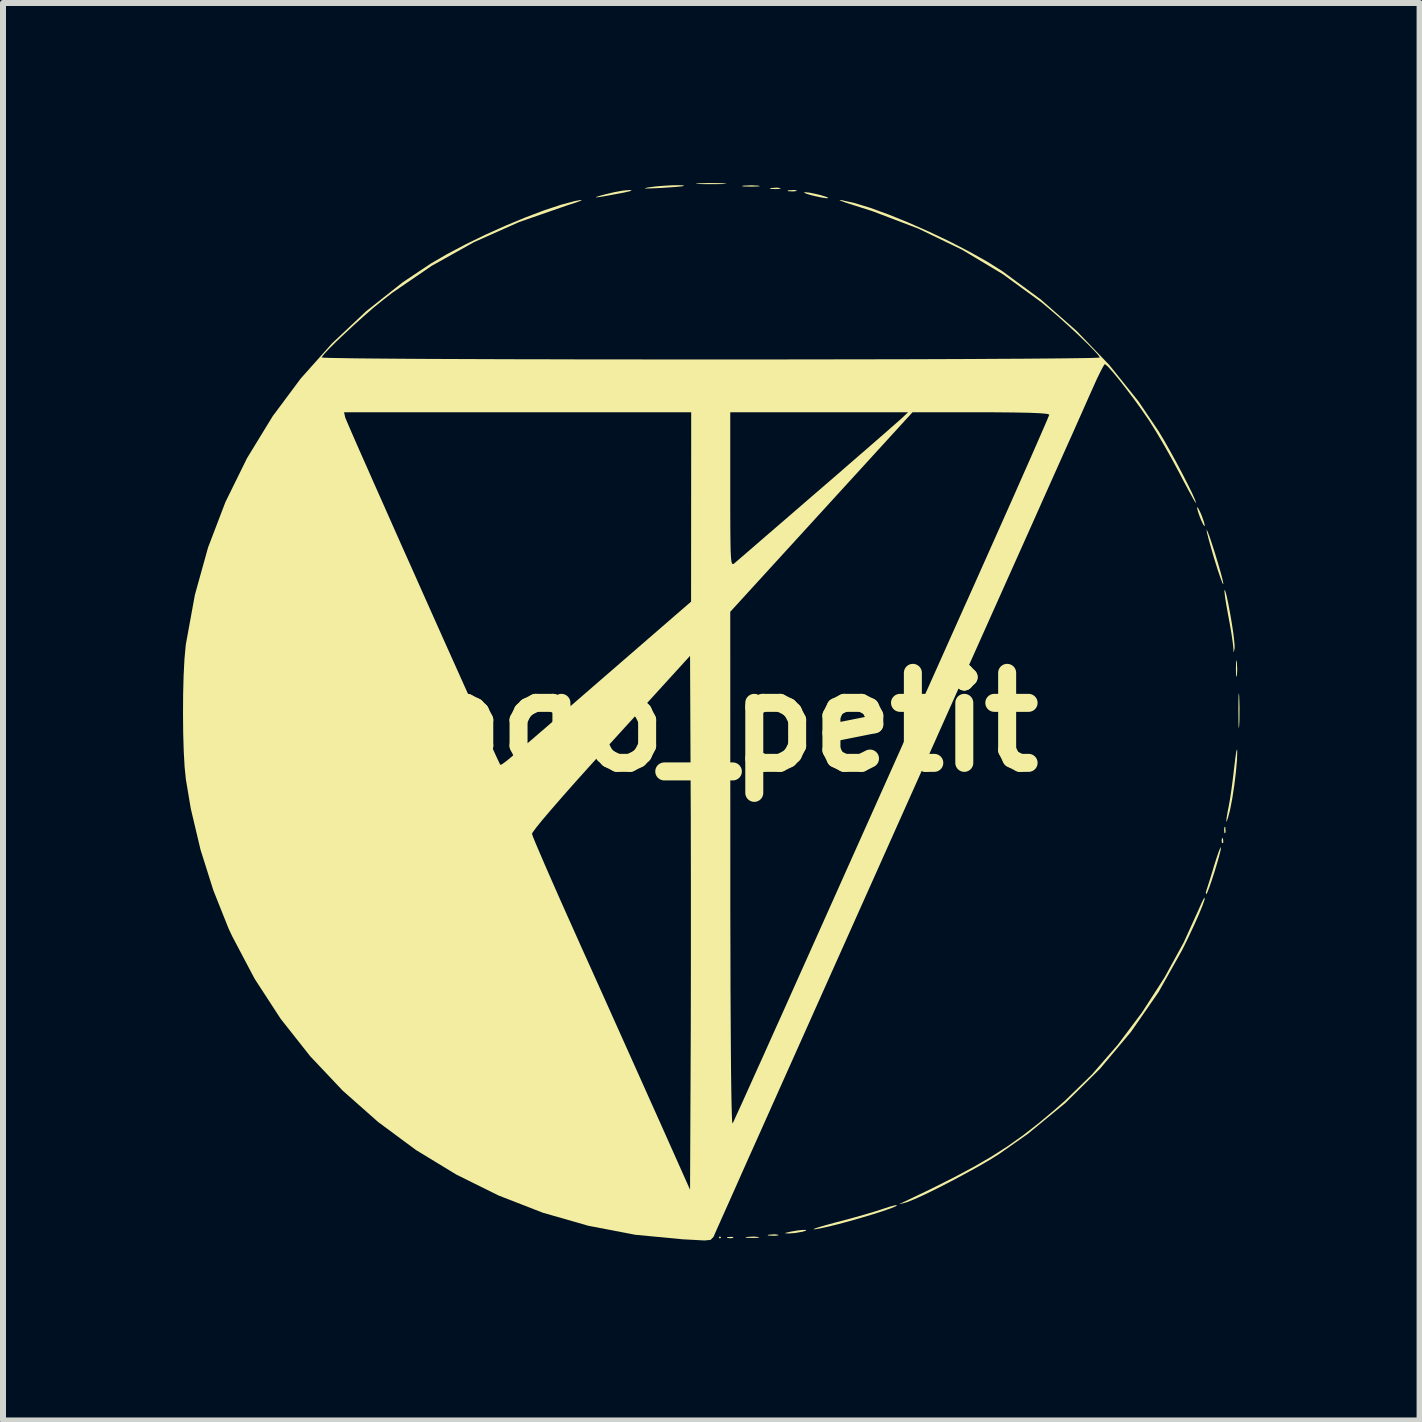
<source format=kicad_pcb>
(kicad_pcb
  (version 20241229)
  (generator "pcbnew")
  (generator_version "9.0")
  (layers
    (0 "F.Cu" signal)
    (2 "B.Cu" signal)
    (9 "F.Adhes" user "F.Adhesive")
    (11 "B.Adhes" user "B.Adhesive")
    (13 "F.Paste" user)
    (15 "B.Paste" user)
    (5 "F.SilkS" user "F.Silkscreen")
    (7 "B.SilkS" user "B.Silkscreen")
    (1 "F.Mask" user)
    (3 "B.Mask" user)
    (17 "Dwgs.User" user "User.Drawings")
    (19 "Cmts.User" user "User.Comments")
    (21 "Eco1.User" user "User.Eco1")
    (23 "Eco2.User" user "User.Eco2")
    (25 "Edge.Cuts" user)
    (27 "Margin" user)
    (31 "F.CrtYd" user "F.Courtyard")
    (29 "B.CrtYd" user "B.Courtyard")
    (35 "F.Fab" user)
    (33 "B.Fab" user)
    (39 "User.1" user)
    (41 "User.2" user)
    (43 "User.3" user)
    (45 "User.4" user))
  (footprint "logo_petit"
    (layer "F.Cu")
    (at 8.699 8.985)
    (property "Reference" "logo_petit" (at 0 0 0) (layer "F.SilkS") (effects (font (size 1.5 1.5) (thickness 0.3))))
    (attr board_only exclude_from_pos_files exclude_from_bom)
    (fp_poly (pts (xy 0.268 8.588) (xy 0.249 8.607) (xy 0.23 8.588) (xy 0.249 8.569)) (stroke (width 0) (type solid)) (fill yes) (layer "F.SilkS"))
    (fp_poly (pts (xy 0.469 8.582) (xy 0.473 8.596) (xy 0.421 8.601) (xy 0.366 8.595) (xy 0.373 8.582) (xy 0.451 8.577)) (stroke (width 0) (type solid)) (fill yes) (layer "F.SilkS"))
    (fp_poly (pts (xy 8.633 1.944) (xy 8.638 2.004) (xy 8.63 2.017) (xy 8.613 2.006) (xy 8.61 1.967) (xy 8.619 1.926)) (stroke (width 0) (type solid)) (fill yes) (layer "F.SilkS"))
    (fp_poly (pts (xy 8.671 1.75) (xy 8.676 1.828) (xy 8.671 1.846) (xy 8.657 1.851) (xy 8.651 1.798) (xy 8.657 1.744)) (stroke (width 0) (type solid)) (fill yes) (layer "F.SilkS"))
    (fp_poly (pts (xy 0.89 8.58) (xy 0.905 8.589) (xy 0.855 8.595) (xy 0.784 8.596) (xy 0.697 8.593) (xy 0.672 8.586) (xy 0.699 8.579) (xy 0.812 8.573)) (stroke (width 0) (type solid)) (fill yes) (layer "F.SilkS"))
    (fp_poly (pts (xy 1.215 8.542) (xy 1.224 8.553) (xy 1.169 8.559) (xy 1.128 8.559) (xy 1.054 8.555) (xy 1.043 8.547) (xy 1.062 8.542) (xy 1.162 8.535)) (stroke (width 0) (type solid)) (fill yes) (layer "F.SilkS"))
    (fp_poly (pts (xy 1.253 -8.901) (xy 1.262 -8.891) (xy 1.207 -8.885) (xy 1.167 -8.884) (xy 1.093 -8.888) (xy 1.081 -8.897) (xy 1.1 -8.902) (xy 1.2 -8.908)) (stroke (width 0) (type solid)) (fill yes) (layer "F.SilkS"))
    (fp_poly (pts (xy 1.521 -8.863) (xy 1.532 -8.852) (xy 1.48 -8.846) (xy 1.454 -8.845) (xy 1.384 -8.849) (xy 1.376 -8.859) (xy 1.387 -8.863) (xy 1.484 -8.869)) (stroke (width 0) (type solid)) (fill yes) (layer "F.SilkS"))
    (fp_poly (pts (xy 8.864 -1.004) (xy 8.864 -1.003) (xy 8.87 -0.879) (xy 8.864 -0.774) (xy 8.856 -0.753) (xy 8.85 -0.798) (xy 8.848 -0.899) (xy 8.851 -0.997) (xy 8.856 -1.035)) (stroke (width 0) (type solid)) (fill yes) (layer "F.SilkS"))
    (fp_poly (pts (xy 0.889 -8.941) (xy 0.918 -8.933) (xy 0.879 -8.928) (xy 0.781 -8.925) (xy 0.765 -8.925) (xy 0.66 -8.927) (xy 0.613 -8.932) (xy 0.633 -8.94) (xy 0.641 -8.941) (xy 0.775 -8.947)) (stroke (width 0) (type solid)) (fill yes) (layer "F.SilkS"))
    (fp_poly (pts (xy 1.683 8.462) (xy 1.685 8.473) (xy 1.626 8.492) (xy 1.499 8.514) (xy 1.396 8.521) (xy 1.336 8.519) (xy 1.342 8.511) (xy 1.42 8.493) (xy 1.434 8.49) (xy 1.544 8.471) (xy 1.632 8.462)) (stroke (width 0) (type solid)) (fill yes) (layer "F.SilkS"))
    (fp_poly (pts (xy 1.745 -8.824) (xy 1.864 -8.799) (xy 1.932 -8.782) (xy 2.028 -8.752) (xy 2.057 -8.735) (xy 2.03 -8.731) (xy 1.955 -8.741) (xy 1.841 -8.765) (xy 1.779 -8.78) (xy 1.687 -8.807) (xy 1.65 -8.826) (xy 1.664 -8.832)) (stroke (width 0) (type solid)) (fill yes) (layer "F.SilkS"))
    (fp_poly (pts (xy 8.222 -3.562) (xy 8.259 -3.487) (xy 8.279 -3.44) (xy 8.314 -3.341) (xy 8.329 -3.277) (xy 8.328 -3.265) (xy 8.306 -3.288) (xy 8.27 -3.363) (xy 8.25 -3.411) (xy 8.215 -3.51) (xy 8.2 -3.574) (xy 8.201 -3.585)) (stroke (width 0) (type solid)) (fill yes) (layer "F.SilkS"))
    (fp_poly (pts (xy -1.22 -8.863) (xy -1.252 -8.848) (xy -1.358 -8.824) (xy -1.396 -8.817) (xy -1.609 -8.777) (xy -1.748 -8.753) (xy -1.816 -8.745) (xy -1.815 -8.752) (xy -1.746 -8.774) (xy -1.664 -8.796) (xy -1.509 -8.833) (xy -1.363 -8.859) (xy -1.262 -8.868)) (stroke (width 0) (type solid)) (fill yes) (layer "F.SilkS"))
    (fp_poly (pts (xy 0.242 -8.983) (xy 0.317 -8.979) (xy 0.361 -8.974) (xy 0.336 -8.97) (xy 0.248 -8.967) (xy 0.104 -8.966) (xy 0.096 -8.966) (xy -0.048 -8.967) (xy -0.135 -8.97) (xy -0.157 -8.974) (xy -0.11 -8.979) (xy -0.104 -8.98) (xy 0.065 -8.985)) (stroke (width 0) (type solid)) (fill yes) (layer "F.SilkS"))
    (fp_poly (pts (xy 8.901 -0.456) (xy 8.903 -0.43) (xy 8.908 -0.248) (xy 8.907 -0.05) (xy 8.903 0.048) (xy 8.898 0.102) (xy 8.894 0.085) (xy 8.891 0.005) (xy 8.89 -0.134) (xy 8.889 -0.191) (xy 8.89 -0.348) (xy 8.893 -0.448) (xy 8.897 -0.486)) (stroke (width 0) (type solid)) (fill yes) (layer "F.SilkS"))
    (fp_poly (pts (xy -0.366 -8.946) (xy -0.347 -8.937) (xy -0.39 -8.929) (xy -0.492 -8.919) (xy -0.636 -8.909) (xy -0.746 -8.902) (xy -0.905 -8.895) (xy -0.99 -8.894) (xy -1.001 -8.9) (xy -0.94 -8.913) (xy -0.937 -8.913) (xy -0.823 -8.928) (xy -0.689 -8.939) (xy -0.555 -8.947) (xy -0.441 -8.949)) (stroke (width 0) (type solid)) (fill yes) (layer "F.SilkS"))
    (fp_poly (pts (xy 8.595 2.124) (xy 8.572 2.218) (xy 8.536 2.347) (xy 8.492 2.492) (xy 8.446 2.635) (xy 8.403 2.758) (xy 8.37 2.842) (xy 8.353 2.869) (xy 8.346 2.84) (xy 8.356 2.805) (xy 8.377 2.74) (xy 8.414 2.624) (xy 8.46 2.475) (xy 8.481 2.403) (xy 8.527 2.258) (xy 8.565 2.148) (xy 8.591 2.089) (xy 8.598 2.083)) (stroke (width 0) (type solid)) (fill yes) (layer "F.SilkS"))
    (fp_poly (pts (xy 8.375 -3.18) (xy 8.407 -3.096) (xy 8.449 -2.971) (xy 8.497 -2.822) (xy 8.544 -2.666) (xy 8.587 -2.519) (xy 8.62 -2.397) (xy 8.637 -2.317) (xy 8.638 -2.296) (xy 8.623 -2.318) (xy 8.592 -2.4) (xy 8.547 -2.531) (xy 8.495 -2.697) (xy 8.485 -2.728) (xy 8.434 -2.904) (xy 8.393 -3.052) (xy 8.366 -3.158) (xy 8.358 -3.206) (xy 8.359 -3.207)) (stroke (width 0) (type solid)) (fill yes) (layer "F.SilkS"))
    (fp_poly (pts (xy 8.673 -2.181) (xy 8.695 -2.097) (xy 8.722 -1.97) (xy 8.751 -1.816) (xy 8.779 -1.652) (xy 8.803 -1.495) (xy 8.819 -1.36) (xy 8.827 -1.264) (xy 8.826 -1.234) (xy 8.814 -1.168) (xy 8.809 -1.173) (xy 8.804 -1.251) (xy 8.794 -1.339) (xy 8.773 -1.481) (xy 8.743 -1.653) (xy 8.719 -1.781) (xy 8.689 -1.948) (xy 8.667 -2.085) (xy 8.657 -2.176) (xy 8.658 -2.206)) (stroke (width 0) (type solid)) (fill yes) (layer "F.SilkS"))
    (fp_poly (pts (xy 8.87 0.472) (xy 8.87 0.478) (xy 8.866 0.627) (xy 8.849 0.825) (xy 8.822 1.045) (xy 8.789 1.263) (xy 8.753 1.451) (xy 8.743 1.492) (xy 8.715 1.596) (xy 8.695 1.654) (xy 8.688 1.656) (xy 8.693 1.595) (xy 8.711 1.488) (xy 8.727 1.408) (xy 8.749 1.286) (xy 8.775 1.112) (xy 8.801 0.914) (xy 8.818 0.766) (xy 8.837 0.61) (xy 8.852 0.503) (xy 8.864 0.455)) (stroke (width 0) (type solid)) (fill yes) (layer "F.SilkS"))
    (fp_poly (pts (xy 3.179 8.068) (xy 3.095 8.103) (xy 2.963 8.149) (xy 2.797 8.202) (xy 2.61 8.258) (xy 2.415 8.314) (xy 2.226 8.365) (xy 2.056 8.407) (xy 1.919 8.437) (xy 1.827 8.452) (xy 1.811 8.452) (xy 1.819 8.443) (xy 1.891 8.418) (xy 2.014 8.382) (xy 2.178 8.337) (xy 2.238 8.322) (xy 2.447 8.266) (xy 2.652 8.208) (xy 2.831 8.155) (xy 2.958 8.114) (xy 2.961 8.113) (xy 3.081 8.074) (xy 3.169 8.051) (xy 3.203 8.048)) (stroke (width 0) (type solid)) (fill yes) (layer "F.SilkS"))
    (fp_poly (pts (xy 8.323 2.966) (xy 8.288 3.065) (xy 8.228 3.211) (xy 8.148 3.39) (xy 8.053 3.593) (xy 7.953 3.796) (xy 7.559 4.498) (xy 7.101 5.159) (xy 6.583 5.776) (xy 6.007 6.346) (xy 5.376 6.865) (xy 4.896 7.201) (xy 4.736 7.301) (xy 4.539 7.415) (xy 4.32 7.535) (xy 4.093 7.656) (xy 3.871 7.77) (xy 3.667 7.87) (xy 3.495 7.948) (xy 3.369 7.999) (xy 3.328 8.011) (xy 3.232 8.034) (xy 3.328 7.989) (xy 3.768 7.778) (xy 4.147 7.588) (xy 4.479 7.411) (xy 4.774 7.24) (xy 5.044 7.067) (xy 5.301 6.885) (xy 5.557 6.686) (xy 5.822 6.464) (xy 6 6.308) (xy 6.447 5.873) (xy 6.879 5.376) (xy 7.286 4.833) (xy 7.656 4.259) (xy 7.979 3.669) (xy 8.225 3.128) (xy 8.274 3.016) (xy 8.311 2.942) (xy 8.329 2.923)) (stroke (width 0) (type solid)) (fill yes) (layer "F.SilkS"))
    (fp_poly (pts (xy 2.269 -8.701) (xy 2.487 -8.653) (xy 2.756 -8.571) (xy 3.063 -8.459) (xy 3.395 -8.324) (xy 3.739 -8.172) (xy 4.081 -8.009) (xy 4.408 -7.84) (xy 4.708 -7.672) (xy 4.954 -7.517) (xy 5.594 -7.046) (xy 6.191 -6.522) (xy 6.737 -5.953) (xy 7.223 -5.348) (xy 7.562 -4.845) (xy 7.651 -4.696) (xy 7.75 -4.521) (xy 7.854 -4.332) (xy 7.954 -4.143) (xy 8.044 -3.967) (xy 8.117 -3.818) (xy 8.166 -3.708) (xy 8.185 -3.65) (xy 8.185 -3.649) (xy 8.168 -3.669) (xy 8.123 -3.747) (xy 8.054 -3.872) (xy 7.968 -4.033) (xy 7.907 -4.15) (xy 7.787 -4.374) (xy 7.655 -4.609) (xy 7.524 -4.831) (xy 7.409 -5.015) (xy 7.386 -5.049) (xy 7.27 -5.217) (xy 7.144 -5.391) (xy 7.016 -5.56) (xy 6.896 -5.714) (xy 6.792 -5.84) (xy 6.712 -5.928) (xy 6.667 -5.966) (xy 6.663 -5.967) (xy 6.639 -5.933) (xy 6.591 -5.843) (xy 6.526 -5.709) (xy 6.452 -5.544) (xy 6.44 -5.517) (xy 6.404 -5.437) (xy 6.339 -5.29) (xy 6.246 -5.081) (xy 6.127 -4.813) (xy 5.982 -4.49) (xy 5.815 -4.116) (xy 5.626 -3.693) (xy 5.418 -3.226) (xy 5.191 -2.719) (xy 4.947 -2.174) (xy 4.689 -1.597) (xy 4.417 -0.989) (xy 4.134 -0.356) (xy 3.841 0.3) (xy 3.539 0.974) (xy 3.231 1.663) (xy 3.205 1.721) (xy 2.899 2.406) (xy 2.601 3.072) (xy 2.313 3.716) (xy 2.036 4.335) (xy 1.772 4.926) (xy 1.522 5.485) (xy 1.288 6.008) (xy 1.071 6.494) (xy 0.873 6.937) (xy 0.695 7.334) (xy 0.54 7.683) (xy 0.408 7.98) (xy 0.3 8.221) (xy 0.219 8.403) (xy 0.166 8.522) (xy 0.143 8.576) (xy 0.142 8.578) (xy 0.093 8.628) (xy -0.008 8.638) (xy -0.118 8.632) (xy -0.264 8.624) (xy -0.363 8.619) (xy -1.162 8.543) (xy -1.944 8.393) (xy -2.704 8.175) (xy -3.439 7.889) (xy -4.144 7.54) (xy -4.816 7.131) (xy -5.448 6.663) (xy -6.038 6.141) (xy -6.58 5.567) (xy -7.071 4.945) (xy -7.506 4.276) (xy -7.881 3.565) (xy -7.94 3.439) (xy -8.193 2.804) (xy -8.406 2.13) (xy -8.47 1.861) (xy -2.883 1.861) (xy -2.867 1.909) (xy -2.822 2.02) (xy -2.751 2.186) (xy -2.658 2.402) (xy -2.545 2.66) (xy -2.416 2.953) (xy -2.272 3.276) (xy -2.118 3.62) (xy -2.069 3.73) (xy -1.89 4.127) (xy -1.702 4.545) (xy -1.512 4.969) (xy -1.325 5.386) (xy -1.147 5.783) (xy -0.984 6.147) (xy -0.842 6.464) (xy -0.754 6.66) (xy -0.249 7.792) (xy -0.239 5.582) (xy -0.237 5.083) (xy -0.236 4.526) (xy -0.235 3.932) (xy -0.235 3.319) (xy -0.235 2.706) (xy -0.236 2.114) (xy -0.237 1.56) (xy -0.239 1.134) (xy -0.249 -1.105) (xy -1.568 0.343) (xy -1.871 0.676) (xy -2.139 0.974) (xy -2.37 1.235) (xy -2.562 1.456) (xy -2.712 1.632) (xy -2.816 1.761) (xy -2.873 1.839) (xy -2.883 1.861) (xy -8.47 1.861) (xy -8.569 1.443) (xy -8.651 0.956) (xy -8.672 0.75) (xy -8.687 0.485) (xy -8.696 0.182) (xy -8.699 -0.142) (xy -8.697 -0.467) (xy -8.689 -0.776) (xy -8.675 -1.048) (xy -8.655 -1.267) (xy -8.651 -1.301) (xy -8.501 -2.122) (xy -8.282 -2.91) (xy -7.992 -3.669) (xy -7.632 -4.4) (xy -7.201 -5.105) (xy -7.156 -5.164) (xy -6.015 -5.164) (xy -5.996 -5.078) (xy -5.978 -5.034) (xy -5.932 -4.927) (xy -5.861 -4.763) (xy -5.767 -4.548) (xy -5.652 -4.289) (xy -5.521 -3.992) (xy -5.375 -3.664) (xy -5.218 -3.31) (xy -5.053 -2.938) (xy -4.881 -2.554) (xy -4.707 -2.163) (xy -4.533 -1.773) (xy -4.362 -1.39) (xy -4.196 -1.02) (xy -4.039 -0.67) (xy -3.893 -0.345) (xy -3.762 -0.053) (xy -3.647 0.2) (xy -3.553 0.408) (xy -3.481 0.565) (xy -3.435 0.663) (xy -3.419 0.697) (xy -3.414 0.705) (xy -3.409 0.71) (xy -3.398 0.709) (xy -3.377 0.697) (xy -3.341 0.672) (xy -3.286 0.629) (xy -3.209 0.565) (xy -3.104 0.476) (xy -2.966 0.359) (xy -2.793 0.21) (xy -2.578 0.025) (xy -2.319 -0.2) (xy -2.01 -0.468) (xy -1.689 -0.746) (xy -0.428 -1.839) (xy 0.421 -1.839) (xy 0.422 2.457) (xy 0.422 3.176) (xy 0.424 3.833) (xy 0.425 4.426) (xy 0.428 4.953) (xy 0.431 5.413) (xy 0.434 5.804) (xy 0.438 6.126) (xy 0.443 6.377) (xy 0.448 6.555) (xy 0.453 6.66) (xy 0.46 6.689) (xy 0.46 6.689) (xy 0.481 6.645) (xy 0.53 6.537) (xy 0.607 6.369) (xy 0.707 6.147) (xy 0.829 5.876) (xy 0.971 5.562) (xy 1.129 5.209) (xy 1.303 4.823) (xy 1.488 4.409) (xy 1.684 3.972) (xy 1.812 3.686) (xy 2.057 3.139) (xy 2.326 2.537) (xy 2.613 1.896) (xy 2.911 1.23) (xy 3.213 0.555) (xy 3.513 -0.116) (xy 3.805 -0.768) (xy 4.081 -1.385) (xy 4.335 -1.953) (xy 4.433 -2.17) (xy 4.632 -2.616) (xy 4.822 -3.042) (xy 5 -3.442) (xy 5.165 -3.813) (xy 5.313 -4.148) (xy 5.443 -4.442) (xy 5.552 -4.691) (xy 5.638 -4.888) (xy 5.699 -5.029) (xy 5.732 -5.109) (xy 5.738 -5.125) (xy 5.7 -5.138) (xy 5.587 -5.148) (xy 5.401 -5.156) (xy 5.143 -5.161) (xy 4.814 -5.164) (xy 4.598 -5.164) (xy 3.458 -5.164) (xy 1.939 -3.501) (xy 0.421 -1.839) (xy -0.428 -1.839) (xy -0.232 -2.008) (xy -0.231 -3.586) (xy -0.23 -5.164) (xy 0.421 -5.164) (xy 0.421 -3.877) (xy 0.421 -3.529) (xy 0.422 -3.251) (xy 0.424 -3.035) (xy 0.427 -2.874) (xy 0.432 -2.761) (xy 0.439 -2.687) (xy 0.449 -2.647) (xy 0.461 -2.634) (xy 0.478 -2.638) (xy 0.488 -2.646) (xy 0.53 -2.682) (xy 0.624 -2.763) (xy 0.763 -2.883) (xy 0.942 -3.038) (xy 1.154 -3.221) (xy 1.394 -3.428) (xy 1.654 -3.653) (xy 1.874 -3.843) (xy 2.149 -4.08) (xy 2.408 -4.305) (xy 2.646 -4.511) (xy 2.856 -4.694) (xy 3.032 -4.847) (xy 3.167 -4.966) (xy 3.256 -5.044) (xy 3.289 -5.074) (xy 3.384 -5.164) (xy 1.902 -5.164) (xy 0.421 -5.164) (xy -0.23 -5.164) (xy -3.122 -5.164) (xy -6.015 -5.164) (xy -7.156 -5.164) (xy -6.738 -5.726) (xy -6.217 -6.311) (xy -5.647 -6.848) (xy -5.039 -7.329) (xy -4.577 -7.638) (xy -4.304 -7.797) (xy -3.996 -7.96) (xy -3.667 -8.12) (xy -3.329 -8.272) (xy -2.997 -8.41) (xy -2.683 -8.529) (xy -2.402 -8.622) (xy -2.167 -8.685) (xy -2.078 -8.701) (xy -2.05 -8.701) (xy -2.087 -8.682) (xy -2.182 -8.649) (xy -2.295 -8.613) (xy -3.098 -8.334) (xy -3.85 -7.999) (xy -4.554 -7.605) (xy -5.215 -7.153) (xy -5.394 -7.013) (xy -5.53 -6.902) (xy -5.683 -6.769) (xy -5.843 -6.625) (xy -5.999 -6.48) (xy -6.143 -6.344) (xy -6.262 -6.226) (xy -6.347 -6.136) (xy -6.386 -6.084) (xy -6.388 -6.078) (xy -6.351 -6.074) (xy -6.24 -6.07) (xy -6.059 -6.067) (xy -5.812 -6.063) (xy -5.501 -6.06) (xy -5.13 -6.057) (xy -4.703 -6.054) (xy -4.223 -6.052) (xy -3.692 -6.05) (xy -3.115 -6.048) (xy -2.494 -6.047) (xy -1.833 -6.045) (xy -1.136 -6.045) (xy -0.405 -6.044) (xy 0.096 -6.044) (xy 0.797 -6.044) (xy 1.477 -6.045) (xy 2.132 -6.046) (xy 2.757 -6.047) (xy 3.349 -6.048) (xy 3.903 -6.05) (xy 4.417 -6.052) (xy 4.886 -6.055) (xy 5.305 -6.057) (xy 5.672 -6.06) (xy 5.983 -6.063) (xy 6.232 -6.066) (xy 6.418 -6.069) (xy 6.534 -6.073) (xy 6.579 -6.076) (xy 6.58 -6.077) (xy 6.552 -6.119) (xy 6.478 -6.201) (xy 6.366 -6.314) (xy 6.228 -6.447) (xy 6.073 -6.591) (xy 5.913 -6.736) (xy 5.758 -6.871) (xy 5.618 -6.988) (xy 5.604 -6.999) (xy 4.96 -7.468) (xy 4.28 -7.875) (xy 3.558 -8.224) (xy 2.787 -8.517) (xy 2.486 -8.613) (xy 2.352 -8.656) (xy 2.267 -8.687) (xy 2.241 -8.702)) (stroke (width 0) (type solid)) (fill yes) (layer "F.SilkS")))
  (gr_rect
    (start -3 -3)
    (end 20.608 20.623)
    (stroke (width 0.1) (type default))
    (fill no)
    (layer "Edge.Cuts")))
</source>
